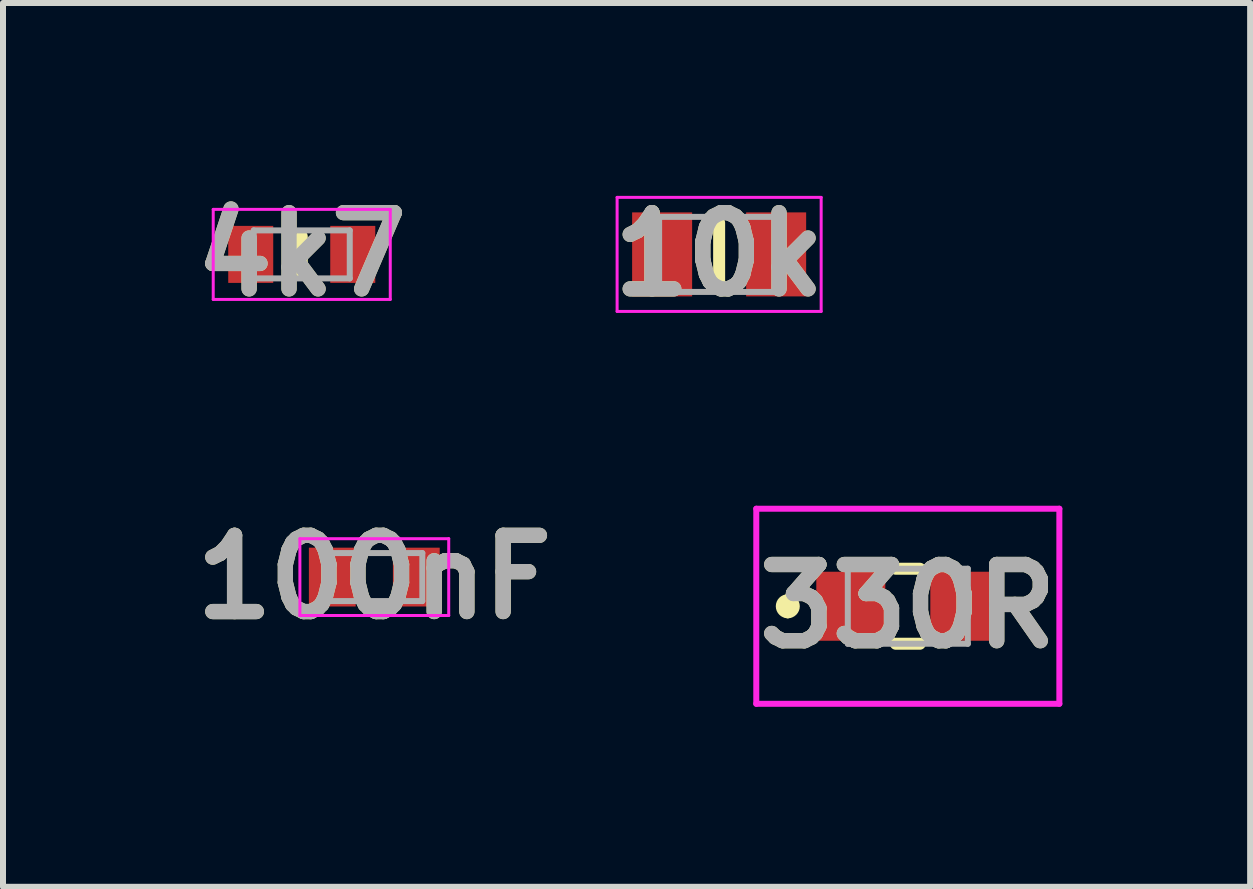
<source format=kicad_pcb>
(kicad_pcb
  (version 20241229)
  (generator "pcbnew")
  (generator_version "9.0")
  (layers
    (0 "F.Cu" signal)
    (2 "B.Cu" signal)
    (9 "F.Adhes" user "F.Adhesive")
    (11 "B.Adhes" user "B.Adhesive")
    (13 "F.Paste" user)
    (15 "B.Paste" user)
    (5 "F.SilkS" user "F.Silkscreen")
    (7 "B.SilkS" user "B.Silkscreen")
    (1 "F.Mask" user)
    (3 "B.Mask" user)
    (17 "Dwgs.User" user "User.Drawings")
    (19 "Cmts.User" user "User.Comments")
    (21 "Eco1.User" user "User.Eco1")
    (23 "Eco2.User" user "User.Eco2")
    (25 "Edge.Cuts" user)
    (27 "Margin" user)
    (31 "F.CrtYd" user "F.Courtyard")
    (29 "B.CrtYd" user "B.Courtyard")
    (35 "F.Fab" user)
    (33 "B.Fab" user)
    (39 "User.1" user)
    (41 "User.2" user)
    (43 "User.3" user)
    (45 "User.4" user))
  (footprint "10k"
    (layer "F.Cu")
    (at 8.933 1.189)
    (property "Reference" "10k" (at 0 0 0) (layer "F.SilkS") (effects (font (size 1.27 1.27) (thickness 0.254))))
    (attr smd)
    (fp_line (start 0 -0.525) (end 0 0.525) (stroke (width 0.2) (type solid)) (layer "F.SilkS"))
    (fp_line (start -1.7 -0.95) (end 1.7 -0.95) (stroke (width 0.05) (type solid)) (layer "F.CrtYd"))
    (fp_line (start -1.7 0.95) (end -1.7 -0.95) (stroke (width 0.05) (type solid)) (layer "F.CrtYd"))
    (fp_line (start 1.7 -0.95) (end 1.7 0.95) (stroke (width 0.05) (type solid)) (layer "F.CrtYd"))
    (fp_line (start 1.7 0.95) (end -1.7 0.95) (stroke (width 0.05) (type solid)) (layer "F.CrtYd"))
    (fp_line (start -1 -0.625) (end 1 -0.625) (stroke (width 0.1) (type solid)) (layer "F.Fab"))
    (fp_line (start -1 0.625) (end -1 -0.625) (stroke (width 0.1) (type solid)) (layer "F.Fab"))
    (fp_line (start 1 -0.625) (end 1 0.625) (stroke (width 0.1) (type solid)) (layer "F.Fab"))
    (fp_line (start 1 0.625) (end -1 0.625) (stroke (width 0.1) (type solid)) (layer "F.Fab"))
    (fp_text user "${REFERENCE}" (at 0 0 0) (layer "F.Fab") (effects (font (size 1.27 1.27) (thickness 0.254))))
    (pad "1" smd rect (at -0.95 0) (size 1 1.4) (layers "F.Cu" "F.Mask" "F.Paste"))
    (pad "2" smd rect (at 0.95 0) (size 1 1.4) (layers "F.Cu" "F.Mask" "F.Paste")))
  (footprint "330R"
    (layer "F.Cu")
    (at 12.077 7.052)
    (property "Reference" "330R" (at 0 0 0) (layer "F.SilkS") (effects (font (size 1.27 1.27) (thickness 0.254))))
    (attr smd)
    (fp_line (start -2 -0.1) (end -2 -0.1) (stroke (width 0.2) (type solid)) (layer "F.SilkS"))
    (fp_line (start -2 0.1) (end -2 0.1) (stroke (width 0.2) (type solid)) (layer "F.SilkS"))
    (fp_line (start -0.2 -0.625) (end 0.2 -0.625) (stroke (width 0.2) (type solid)) (layer "F.SilkS"))
    (fp_line (start -0.2 0.625) (end 0.2 0.625) (stroke (width 0.2) (type solid)) (layer "F.SilkS"))
    (fp_arc (start -2 -0.1) (mid -1.9 0) (end -2 0.1) (stroke (width 0.2) (type solid)) (layer "F.SilkS"))
    (fp_arc (start -2 0.1) (mid -2.1 0) (end -2 -0.1) (stroke (width 0.2) (type solid)) (layer "F.SilkS"))
    (fp_line (start -2.525 -1.625) (end 2.525 -1.625) (stroke (width 0.1) (type solid)) (layer "F.CrtYd"))
    (fp_line (start -2.525 1.625) (end -2.525 -1.625) (stroke (width 0.1) (type solid)) (layer "F.CrtYd"))
    (fp_line (start 2.525 -1.625) (end 2.525 1.625) (stroke (width 0.1) (type solid)) (layer "F.CrtYd"))
    (fp_line (start 2.525 1.625) (end -2.525 1.625) (stroke (width 0.1) (type solid)) (layer "F.CrtYd"))
    (fp_line (start -1 -0.625) (end 1 -0.625) (stroke (width 0.1) (type solid)) (layer "F.Fab"))
    (fp_line (start -1 0.625) (end -1 -0.625) (stroke (width 0.1) (type solid)) (layer "F.Fab"))
    (fp_line (start 1 -0.625) (end 1 0.625) (stroke (width 0.1) (type solid)) (layer "F.Fab"))
    (fp_line (start 1 0.625) (end -1 0.625) (stroke (width 0.1) (type solid)) (layer "F.Fab"))
    (fp_text user "${REFERENCE}" (at 0 0 0) (layer "F.Fab") (effects (font (size 1.27 1.27) (thickness 0.254))))
    (pad "1" smd rect (at -0.95 0) (size 1.15 1.15) (layers "F.Cu" "F.Mask" "F.Paste"))
    (pad "2" smd rect (at 0.95 0) (size 1.15 1.15) (layers "F.Cu" "F.Mask" "F.Paste")))
  (footprint "4k7"
    (layer "F.Cu")
    (at 1.978 1.189)
    (property "Reference" "4k7" (at 0 0 0) (layer "F.SilkS") (effects (font (size 1.27 1.27) (thickness 0.254))))
    (attr smd)
    (fp_line (start 0 -0.3) (end 0 0.3) (stroke (width 0.2) (type solid)) (layer "F.SilkS"))
    (fp_line (start -1.475 -0.75) (end 1.475 -0.75) (stroke (width 0.05) (type solid)) (layer "F.CrtYd"))
    (fp_line (start -1.475 0.75) (end -1.475 -0.75) (stroke (width 0.05) (type solid)) (layer "F.CrtYd"))
    (fp_line (start 1.475 -0.75) (end 1.475 0.75) (stroke (width 0.05) (type solid)) (layer "F.CrtYd"))
    (fp_line (start 1.475 0.75) (end -1.475 0.75) (stroke (width 0.05) (type solid)) (layer "F.CrtYd"))
    (fp_line (start -0.8 -0.4) (end 0.8 -0.4) (stroke (width 0.1) (type solid)) (layer "F.Fab"))
    (fp_line (start -0.8 0.4) (end -0.8 -0.4) (stroke (width 0.1) (type solid)) (layer "F.Fab"))
    (fp_line (start 0.8 -0.4) (end 0.8 0.4) (stroke (width 0.1) (type solid)) (layer "F.Fab"))
    (fp_line (start 0.8 0.4) (end -0.8 0.4) (stroke (width 0.1) (type solid)) (layer "F.Fab"))
    (fp_text user "${REFERENCE}" (at 0 0 0) (layer "F.Fab") (effects (font (size 1.27 1.27) (thickness 0.254))))
    (pad "1" smd rect (at -0.85 0) (size 0.75 0.95) (layers "F.Cu" "F.Mask" "F.Paste"))
    (pad "2" smd rect (at 0.85 0) (size 0.75 0.95) (layers "F.Cu" "F.Mask" "F.Paste")))
  (footprint "100nF"
    (layer "F.Cu")
    (at 3.187 6.566)
    (property "Reference" "100nF" (at 0 0 0) (layer "F.SilkS") (effects (font (size 1.27 1.27) (thickness 0.254))))
    (attr smd)
    (fp_line (start -1.24 -0.64) (end 1.24 -0.64) (stroke (width 0.05) (type solid)) (layer "F.CrtYd"))
    (fp_line (start -1.24 0.64) (end -1.24 -0.64) (stroke (width 0.05) (type solid)) (layer "F.CrtYd"))
    (fp_line (start 1.24 -0.64) (end 1.24 0.64) (stroke (width 0.05) (type solid)) (layer "F.CrtYd"))
    (fp_line (start 1.24 0.64) (end -1.24 0.64) (stroke (width 0.05) (type solid)) (layer "F.CrtYd"))
    (fp_line (start -0.8 -0.4) (end 0.8 -0.4) (stroke (width 0.1) (type solid)) (layer "F.Fab"))
    (fp_line (start -0.8 0.4) (end -0.8 -0.4) (stroke (width 0.1) (type solid)) (layer "F.Fab"))
    (fp_line (start 0.8 -0.4) (end 0.8 0.4) (stroke (width 0.1) (type solid)) (layer "F.Fab"))
    (fp_line (start 0.8 0.4) (end -0.8 0.4) (stroke (width 0.1) (type solid)) (layer "F.Fab"))
    (fp_text user "${REFERENCE}" (at 0 0 0) (layer "F.Fab") (effects (font (size 1.27 1.27) (thickness 0.254))))
    (pad "1" smd rect (at -0.7 0) (size 0.78 0.98) (layers "F.Cu" "F.Mask" "F.Paste"))
    (pad "2" smd rect (at 0.7 0) (size 0.78 0.98) (layers "F.Cu" "F.Mask" "F.Paste")))
  (gr_rect
    (start -3 -3)
    (end 17.781 11.727)
    (stroke (width 0.1) (type default))
    (fill no)
    (layer "Edge.Cuts")))
</source>
